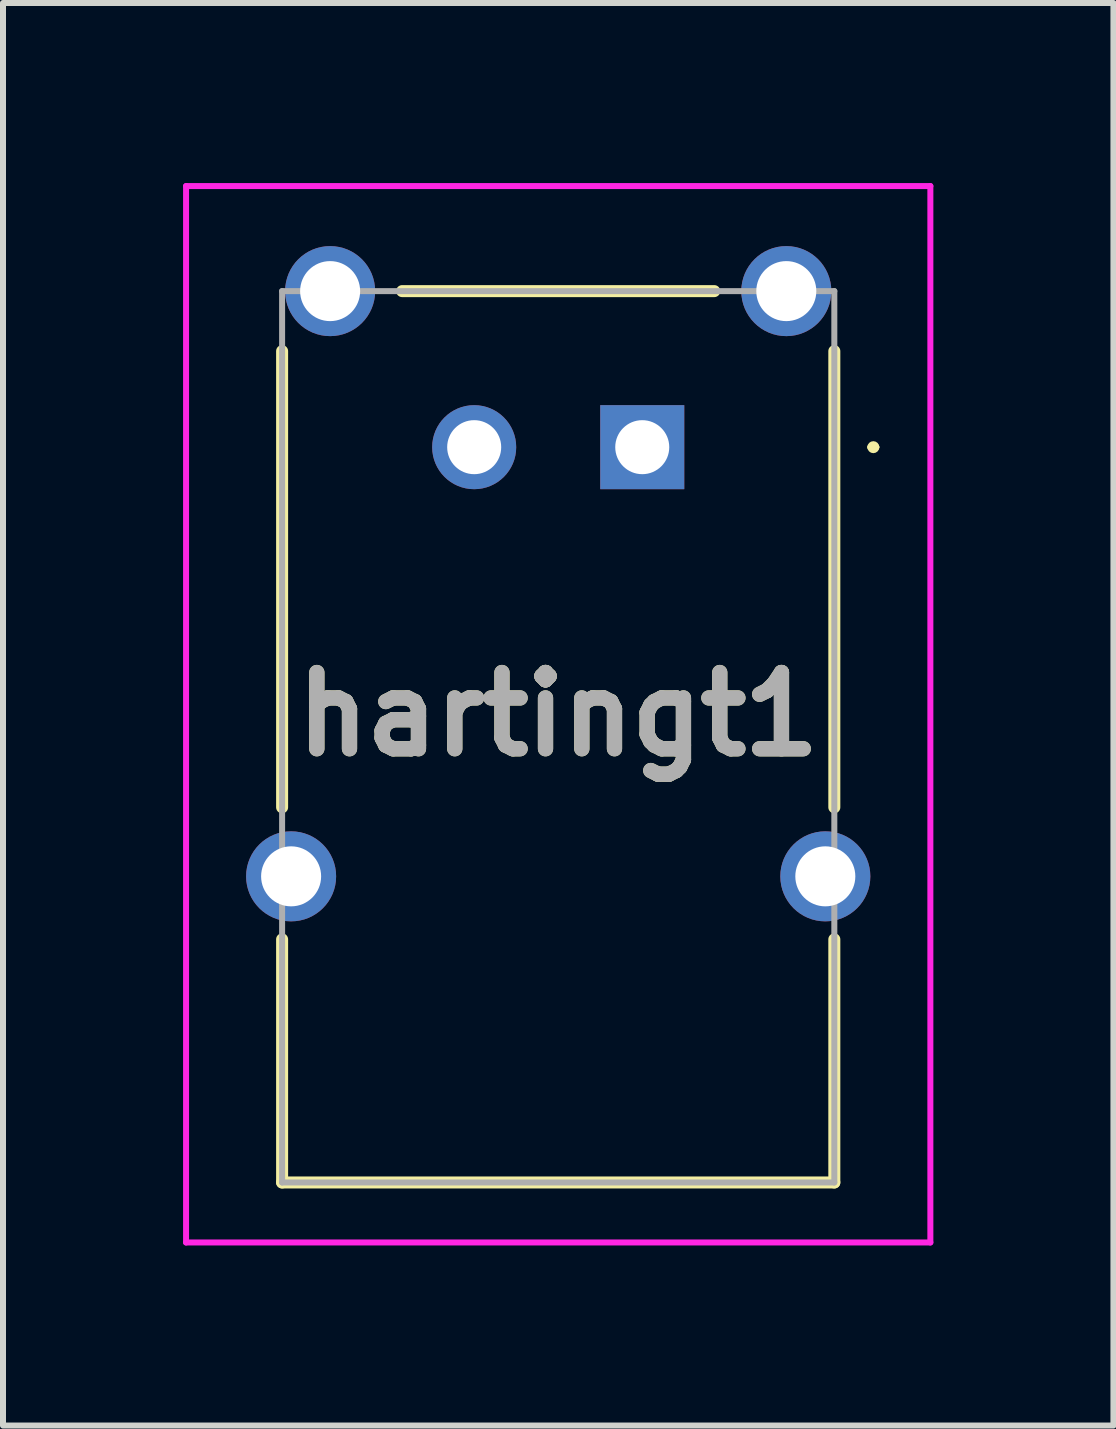
<source format=kicad_pcb>
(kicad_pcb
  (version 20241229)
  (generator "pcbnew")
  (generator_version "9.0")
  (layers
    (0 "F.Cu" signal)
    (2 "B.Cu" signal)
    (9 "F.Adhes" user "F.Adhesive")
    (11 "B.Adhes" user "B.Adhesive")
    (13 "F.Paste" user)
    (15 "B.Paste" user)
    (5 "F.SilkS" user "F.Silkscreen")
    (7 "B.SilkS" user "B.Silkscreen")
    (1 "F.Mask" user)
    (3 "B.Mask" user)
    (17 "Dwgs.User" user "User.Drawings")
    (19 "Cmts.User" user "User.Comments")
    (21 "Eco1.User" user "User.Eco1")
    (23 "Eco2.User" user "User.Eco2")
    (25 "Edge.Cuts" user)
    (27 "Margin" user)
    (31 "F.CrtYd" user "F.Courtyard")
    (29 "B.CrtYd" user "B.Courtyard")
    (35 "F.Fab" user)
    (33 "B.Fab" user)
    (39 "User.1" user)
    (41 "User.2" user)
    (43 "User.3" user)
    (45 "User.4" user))
  (footprint "hartingt1"
    (layer "F.Cu")
    (at 7.65 4.4)
    (property "Reference" "hartingt1" (at -1.4 4.45 0) (layer "F.SilkS") (effects (font (size 1.27 1.27) (thickness 0.254))))
    (attr through_hole)
    (fp_line (start -6 6) (end -6 -1.6) (stroke (width 0.2) (type solid)) (layer "F.SilkS"))
    (fp_line (start -6 12.25) (end -6 8.2) (stroke (width 0.2) (type solid)) (layer "F.SilkS"))
    (fp_line (start -4 -2.6) (end 1.2 -2.6) (stroke (width 0.2) (type solid)) (layer "F.SilkS"))
    (fp_line (start 3.2 -1.6) (end 3.2 6) (stroke (width 0.2) (type solid)) (layer "F.SilkS"))
    (fp_line (start 3.2 8.2) (end 3.2 12.25) (stroke (width 0.2) (type solid)) (layer "F.SilkS"))
    (fp_line (start 3.2 12.25) (end -6 12.25) (stroke (width 0.2) (type solid)) (layer "F.SilkS"))
    (fp_line (start 3.8 0) (end 3.8 0) (stroke (width 0.1) (type solid)) (layer "F.SilkS"))
    (fp_line (start 3.9 0) (end 3.9 0) (stroke (width 0.1) (type solid)) (layer "F.SilkS"))
    (fp_arc (start 3.8 0) (mid 3.85 -0.05) (end 3.9 0) (stroke (width 0.1) (type solid)) (layer "F.SilkS"))
    (fp_arc (start 3.9 0) (mid 3.85 0.05) (end 3.8 0) (stroke (width 0.1) (type solid)) (layer "F.SilkS"))
    (fp_line (start -7.6 -4.35) (end 4.8 -4.35) (stroke (width 0.1) (type solid)) (layer "F.CrtYd"))
    (fp_line (start -7.6 13.25) (end -7.6 -4.35) (stroke (width 0.1) (type solid)) (layer "F.CrtYd"))
    (fp_line (start 4.8 -4.35) (end 4.8 13.25) (stroke (width 0.1) (type solid)) (layer "F.CrtYd"))
    (fp_line (start 4.8 13.25) (end -7.6 13.25) (stroke (width 0.1) (type solid)) (layer "F.CrtYd"))
    (fp_line (start -6 -2.6) (end 3.2 -2.6) (stroke (width 0.1) (type solid)) (layer "F.Fab"))
    (fp_line (start -6 12.25) (end -6 -2.6) (stroke (width 0.1) (type solid)) (layer "F.Fab"))
    (fp_line (start 3.2 -2.6) (end 3.2 12.25) (stroke (width 0.1) (type solid)) (layer "F.Fab"))
    (fp_line (start 3.2 12.25) (end -6 12.25) (stroke (width 0.1) (type solid)) (layer "F.Fab"))
    (fp_text user "${REFERENCE}" (at -1.4 4.45 0) (layer "F.Fab") (effects (font (size 1.27 1.27) (thickness 0.254))))
    (pad "1" thru_hole rect (at 0 0) (size 1.4 1.4) (drill 0.9) (layers "*.Cu" "*.Mask"))
    (pad "2" thru_hole circle (at -2.8 0) (size 1.4 1.4) (drill 0.9) (layers "*.Cu" "*.Mask"))
    (pad "3" thru_hole circle (at -5.2 -2.6) (size 1.5 1.5) (drill 1) (layers "*.Cu" "*.Mask"))
    (pad "4" thru_hole circle (at 2.4 -2.6) (size 1.5 1.5) (drill 1) (layers "*.Cu" "*.Mask"))
    (pad "5" thru_hole circle (at -5.85 7.15) (size 1.5 1.5) (drill 1) (layers "*.Cu" "*.Mask"))
    (pad "6" thru_hole circle (at 3.05 7.15) (size 1.5 1.5) (drill 1) (layers "*.Cu" "*.Mask")))
  (gr_rect
    (start -3 -3)
    (end 15.5 20.7)
    (stroke (width 0.1) (type default))
    (fill no)
    (layer "Edge.Cuts")))
</source>
